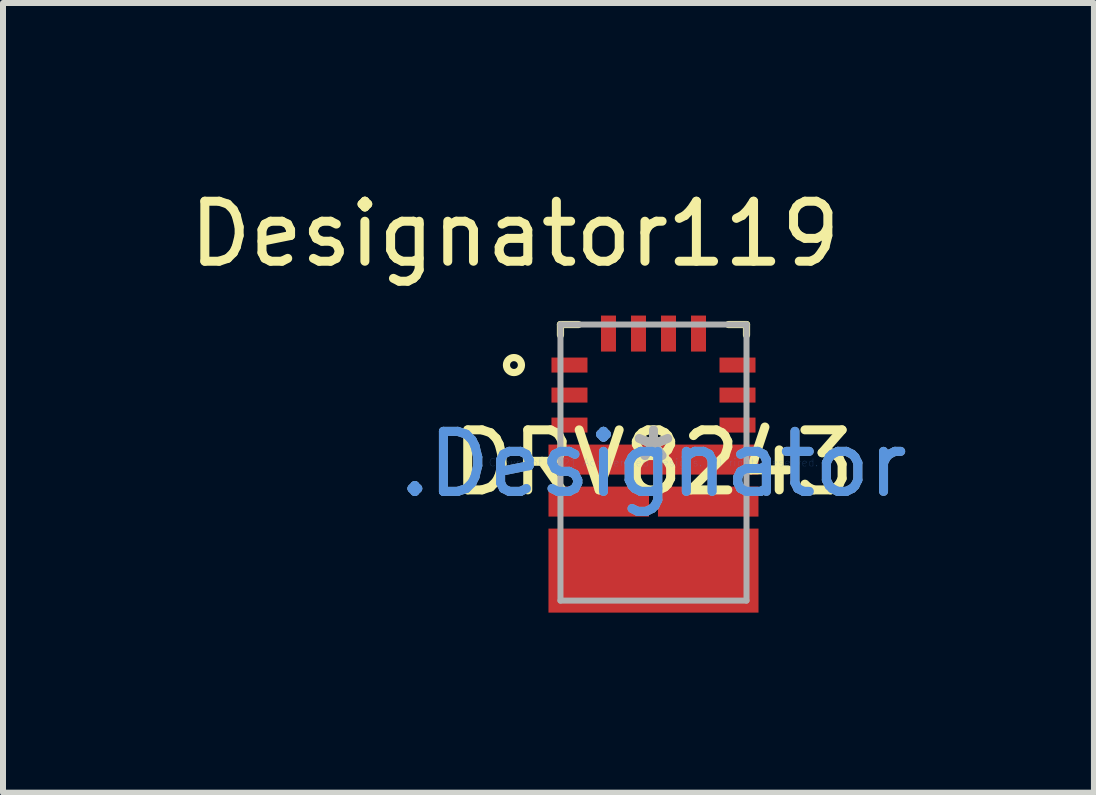
<source format=kicad_pcb>
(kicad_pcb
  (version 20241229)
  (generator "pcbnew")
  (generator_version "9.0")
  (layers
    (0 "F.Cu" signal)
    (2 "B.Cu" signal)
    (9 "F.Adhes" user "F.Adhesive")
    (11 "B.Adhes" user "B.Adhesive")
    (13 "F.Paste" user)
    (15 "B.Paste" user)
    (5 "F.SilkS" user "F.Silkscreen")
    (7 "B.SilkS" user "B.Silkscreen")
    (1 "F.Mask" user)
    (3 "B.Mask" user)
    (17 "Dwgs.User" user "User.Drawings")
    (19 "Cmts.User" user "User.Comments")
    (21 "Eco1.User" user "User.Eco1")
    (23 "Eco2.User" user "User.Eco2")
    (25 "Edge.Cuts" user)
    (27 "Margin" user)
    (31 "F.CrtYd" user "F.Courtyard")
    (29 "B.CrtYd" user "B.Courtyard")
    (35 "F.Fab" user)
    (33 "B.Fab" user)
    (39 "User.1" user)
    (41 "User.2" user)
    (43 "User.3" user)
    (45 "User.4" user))
  (footprint "DRV8243"
    (layer "F.Cu")
    (at 7.839 4.658)
    (property "Reference" "DRV8243" (at 0 0 0) (layer "F.SilkS") (effects (font (size 1 1) (thickness 0.15))))
    (attr through_hole)
    (fp_poly (pts (xy -1.75 -1.2) (xy -1.65 -1.3) (xy -1.15 -1.3) (xy -1.05 -1.2) (xy -1.05 -1.05) (xy -1.15 -0.95) (xy -1.65 -0.95) (xy -1.75 -1.05)) (stroke (width 0.1) (type solid)) (fill yes) (layer "F.Mask"))
    (fp_poly (pts (xy -1.65 -0.8) (xy -1.15 -0.8) (xy -1.05 -0.7) (xy -1.05 -0.55) (xy -1.15 -0.45) (xy -1.65 -0.45) (xy -1.75 -0.55) (xy -1.75 -0.7)) (stroke (width 0.1) (type solid)) (fill yes) (layer "F.Mask"))
    (fp_poly (pts (xy -1.05 -1.7) (xy -1.05 -1.55) (xy -1.15 -1.45) (xy -1.65 -1.45) (xy -1.75 -1.55) (xy -1.75 -1.7) (xy -1.65 -1.8) (xy -1.15 -1.8)) (stroke (width 0.1) (type solid)) (fill yes) (layer "F.Mask"))
    (fp_poly (pts (xy -0.575 -2.4) (xy -0.575 -1.9) (xy -0.675 -1.8) (xy -0.825 -1.8) (xy -0.925 -1.9) (xy -0.925 -2.4) (xy -0.825 -2.5) (xy -0.675 -2.5)) (stroke (width 0.1) (type solid)) (fill yes) (layer "F.Mask"))
    (fp_poly (pts (xy -0.425 -1.9) (xy -0.425 -2.4) (xy -0.325 -2.5) (xy -0.175 -2.5) (xy -0.075 -2.4) (xy -0.075 -1.9) (xy -0.175 -1.8) (xy -0.325 -1.8)) (stroke (width 0.1) (type solid)) (fill yes) (layer "F.Mask"))
    (fp_poly (pts (xy 0.425 -1.9) (xy 0.325 -1.8) (xy 0.175 -1.8) (xy 0.075 -1.9) (xy 0.075 -2.4) (xy 0.175 -2.5) (xy 0.325 -2.5) (xy 0.425 -2.4)) (stroke (width 0.1) (type solid)) (fill yes) (layer "F.Mask"))
    (fp_poly (pts (xy 0.575 -1.9) (xy 0.575 -2.4) (xy 0.675 -2.5) (xy 0.825 -2.5) (xy 0.925 -2.4) (xy 0.925 -1.9) (xy 0.825 -1.8) (xy 0.675 -1.8)) (stroke (width 0.1) (type solid)) (fill yes) (layer "F.Mask"))
    (fp_poly (pts (xy 1.15 -1.45) (xy 1.05 -1.55) (xy 1.05 -1.7) (xy 1.15 -1.8) (xy 1.65 -1.8) (xy 1.75 -1.7) (xy 1.75 -1.55) (xy 1.65 -1.45)) (stroke (width 0.1) (type solid)) (fill yes) (layer "F.Mask"))
    (fp_poly (pts (xy 1.15 -0.8) (xy 1.65 -0.8) (xy 1.75 -0.7) (xy 1.75 -0.55) (xy 1.65 -0.45) (xy 1.15 -0.45) (xy 1.05 -0.55) (xy 1.05 -0.7)) (stroke (width 0.1) (type solid)) (fill yes) (layer "F.Mask"))
    (fp_poly (pts (xy 1.65 -1.3) (xy 1.75 -1.2) (xy 1.75 -1.05) (xy 1.65 -0.95) (xy 1.15 -0.95) (xy 1.05 -1.05) (xy 1.05 -1.2) (xy 1.15 -1.3)) (stroke (width 0.1) (type solid)) (fill yes) (layer "F.Mask"))
    (fp_poly (pts (xy -1.7 -0.125) (xy -1.65 -0.175) (xy -1.35 -0.175) (xy -1.35 -0.25) (xy -0.175 -0.25) (xy -0.125 -0.2) (xy -0.125 0.1) (xy -0.175 0.15) (xy -1.35 0.15) (xy -1.35 0.075) (xy -1.65 0.075) (xy -1.7 0.025)) (stroke (width 0.1) (type solid)) (fill yes) (layer "F.Mask"))
    (fp_poly (pts (xy -1.7 0.725) (xy -1.7 0.575) (xy -1.65 0.525) (xy -1.35 0.525) (xy -1.35 0.45) (xy -0.175 0.45) (xy -0.125 0.5) (xy -0.125 0.8) (xy -0.175 0.85) (xy -1.35 0.85) (xy -1.35 0.775) (xy -1.65 0.775)) (stroke (width 0.1) (type solid)) (fill yes) (layer "F.Mask"))
    (fp_poly (pts (xy 1.7 0.025) (xy 1.65 0.075) (xy 1.35 0.075) (xy 1.35 0.15) (xy 0.175 0.15) (xy 0.125 0.1) (xy 0.125 -0.2) (xy 0.175 -0.25) (xy 1.35 -0.25) (xy 1.35 -0.175) (xy 1.65 -0.175) (xy 1.7 -0.125)) (stroke (width 0.1) (type solid)) (fill yes) (layer "F.Mask"))
    (fp_poly (pts (xy 1.7 0.575) (xy 1.7 0.725) (xy 1.65 0.775) (xy 1.35 0.775) (xy 1.35 0.85) (xy 0.175 0.85) (xy 0.125 0.8) (xy 0.125 0.5) (xy 0.175 0.45) (xy 1.35 0.45) (xy 1.35 0.525) (xy 1.65 0.525)) (stroke (width 0.1) (type solid)) (fill yes) (layer "F.Mask"))
    (fp_poly (pts (xy -1.7 1.425) (xy -1.7 1.275) (xy -1.65 1.225) (xy -1.35 1.225) (xy -1.35 1.15) (xy 1.35 1.15) (xy 1.35 1.225) (xy 1.65 1.225) (xy 1.7 1.275) (xy 1.7 1.425) (xy 1.65 1.475) (xy 1.35 1.475) (xy 1.35 1.55) (xy 0.875 1.55) (xy 0.875 2.4) (xy 0.825 2.45) (xy 0.675 2.45) (xy 0.625 2.4) (xy 0.625 1.55) (xy 0.375 1.55) (xy 0.375 2.4) (xy 0.325 2.45) (xy 0.175 2.45) (xy 0.125 2.4) (xy 0.125 1.55) (xy -0.125 1.55) (xy -0.125 2.4) (xy -0.175 2.45) (xy -0.325 2.45) (xy -0.375 2.4) (xy -0.375 1.55) (xy -0.625 1.55) (xy -0.625 2.4) (xy -0.675 2.45) (xy -0.825 2.45) (xy -0.875 2.4) (xy -0.875 1.55) (xy -1.35 1.55) (xy -1.35 1.475) (xy -1.65 1.475)) (stroke (width 0.1) (type solid)) (fill yes) (layer "F.Mask"))
    (fp_line (start -1.55 -2.3) (end -1.25 -2.3) (stroke (width 0.12) (type solid)) (layer "F.SilkS"))
    (fp_line (start -1.55 -2.125) (end -1.55 -2.3) (stroke (width 0.12) (type solid)) (layer "F.SilkS"))
    (fp_line (start 1.25 -2.3) (end 1.55 -2.3) (stroke (width 0.12) (type solid)) (layer "F.SilkS"))
    (fp_line (start 1.55 -2.125) (end 1.55 -2.3) (stroke (width 0.12) (type solid)) (layer "F.SilkS"))
    (fp_circle (center -2.325 -1.625) (end -2.2 -1.625) (stroke (width 0.12) (type solid)) (fill no) (layer "F.SilkS"))
    (fp_poly (pts (xy -1.7 -0.125) (xy -1.65 -0.175) (xy -1.35 -0.175) (xy -1.35 -0.25) (xy -0.175 -0.25) (xy -0.125 -0.2) (xy -0.125 0.1) (xy -0.175 0.15) (xy -1.35 0.15) (xy -1.35 0.075) (xy -1.65 0.075) (xy -1.7 0.025)) (stroke (width 0.1) (type solid)) (fill yes) (layer "F.Paste"))
    (fp_poly (pts (xy -1.7 0.725) (xy -1.7 0.575) (xy -1.65 0.525) (xy -1.35 0.525) (xy -1.35 0.45) (xy -0.175 0.45) (xy -0.125 0.5) (xy -0.125 0.8) (xy -0.175 0.85) (xy -1.35 0.85) (xy -1.35 0.775) (xy -1.65 0.775)) (stroke (width 0.1) (type solid)) (fill yes) (layer "F.Paste"))
    (fp_poly (pts (xy 1.7 0.025) (xy 1.65 0.075) (xy 1.35 0.075) (xy 1.35 0.15) (xy 0.175 0.15) (xy 0.125 0.1) (xy 0.125 -0.2) (xy 0.175 -0.25) (xy 1.35 -0.25) (xy 1.35 -0.175) (xy 1.65 -0.175) (xy 1.7 -0.125)) (stroke (width 0.1) (type solid)) (fill yes) (layer "F.Paste"))
    (fp_poly (pts (xy 1.7 0.575) (xy 1.7 0.725) (xy 1.65 0.775) (xy 1.35 0.775) (xy 1.35 0.85) (xy 0.175 0.85) (xy 0.125 0.8) (xy 0.125 0.5) (xy 0.175 0.45) (xy 1.35 0.45) (xy 1.35 0.525) (xy 1.65 0.525)) (stroke (width 0.1) (type solid)) (fill yes) (layer "F.Paste"))
    (fp_poly (pts (xy -1.7 1.425) (xy -1.7 1.275) (xy -1.65 1.225) (xy -1.35 1.225) (xy -1.35 1.15) (xy 1.35 1.15) (xy 1.35 1.225) (xy 1.65 1.225) (xy 1.7 1.275) (xy 1.7 1.425) (xy 1.65 1.475) (xy 1.35 1.475) (xy 1.35 1.55) (xy 0.875 1.55) (xy 0.875 2.4) (xy 0.825 2.45) (xy 0.675 2.45) (xy 0.625 2.4) (xy 0.625 1.55) (xy 0.375 1.55) (xy 0.375 2.4) (xy 0.325 2.45) (xy 0.175 2.45) (xy 0.125 2.4) (xy 0.125 1.55) (xy -0.125 1.55) (xy -0.125 2.4) (xy -0.175 2.45) (xy -0.325 2.45) (xy -0.375 2.4) (xy -0.375 1.55) (xy -0.625 1.55) (xy -0.625 2.4) (xy -0.675 2.45) (xy -0.825 2.45) (xy -0.875 2.4) (xy -0.875 1.55) (xy -1.35 1.55) (xy -1.35 1.475) (xy -1.65 1.475)) (stroke (width 0.1) (type solid)) (fill yes) (layer "F.Paste"))
    (fp_line (start -1.55 -2.3) (end 1.55 -2.3) (stroke (width 0.1) (type solid)) (layer "F.Fab"))
    (fp_line (start -1.55 2.3) (end -1.55 -2.3) (stroke (width 0.1) (type solid)) (layer "F.Fab"))
    (fp_line (start -1.55 2.3) (end 1.55 2.3) (stroke (width 0.1) (type solid)) (layer "F.Fab"))
    (fp_line (start 1.55 2.3) (end 1.55 -2.3) (stroke (width 0.1) (type solid)) (layer "F.Fab"))
    (fp_text user "*" (at 0 0 0) (layer "F.SilkS") (effects (font (size 1 1) (thickness 0.15))))
    (fp_text user "Designator119" (at -2.309 -3.81 0) (layer "F.SilkS") (effects (font (size 1 1) (thickness 0.15))))
    (fp_text user ".Designator" (at 0 0.025 0) (layer "Cmts.User") (effects (font (size 1 1) (thickness 0.15))))
    (fp_text user "Copyright 2021 Accelerated Designs. All rights reserved." (at 0 0 0) (layer "Cmts.User") (effects (font (size 0.127 0.127) (thickness 0.002))))
    (fp_text user ".Designator" (at 0 0.025 0) (layer "F.Fab") (effects (font (size 1 1) (thickness 0.15))))
    (fp_text user "*" (at 0 0 0) (layer "F.Fab") (effects (font (size 1 1) (thickness 0.15))))
    (pad "1" smd rect (at -1.4 -1.625) (size 0.6 0.25) (layers "F.Cu" "F.Paste"))
    (pad "2" smd rect (at -1.4 -1.125) (size 0.6 0.25) (layers "F.Cu" "F.Paste"))
    (pad "3" smd rect (at -1.4 -0.625) (size 0.6 0.25) (layers "F.Cu" "F.Paste"))
    (pad "4" smd rect (at 0 -0.05) (size 3.5 0.5) (layers "F.Cu"))
    (pad "5" smd rect (at -0.912 0.65) (size 1.675 0.5) (layers "F.Cu"))
    (pad "6" smd rect (at 0 1.8) (size 3.5 1.4) (layers "F.Cu"))
    (pad "7" smd rect (at 0.912 0.65) (size 1.675 0.5) (layers "F.Cu"))
    (pad "8" smd rect (at 1.4 -0.625) (size 0.6 0.25) (layers "F.Cu" "F.Paste"))
    (pad "9" smd rect (at 1.4 -1.125) (size 0.6 0.25) (layers "F.Cu" "F.Paste"))
    (pad "10" smd rect (at 1.4 -1.625) (size 0.6 0.25) (layers "F.Cu" "F.Paste"))
    (pad "11" smd rect (at 0.75 -2.15) (size 0.25 0.6) (layers "F.Cu" "F.Paste"))
    (pad "12" smd rect (at 0.25 -2.15) (size 0.25 0.6) (layers "F.Cu" "F.Paste"))
    (pad "13" smd rect (at -0.25 -2.15) (size 0.25 0.6) (layers "F.Cu" "F.Paste"))
    (pad "14" smd rect (at -0.75 -2.15) (size 0.25 0.6) (layers "F.Cu" "F.Paste")))
  (gr_rect
    (start -3 -3)
    (end 15.178 10.158)
    (stroke (width 0.1) (type default))
    (fill no)
    (layer "Edge.Cuts")))
</source>
